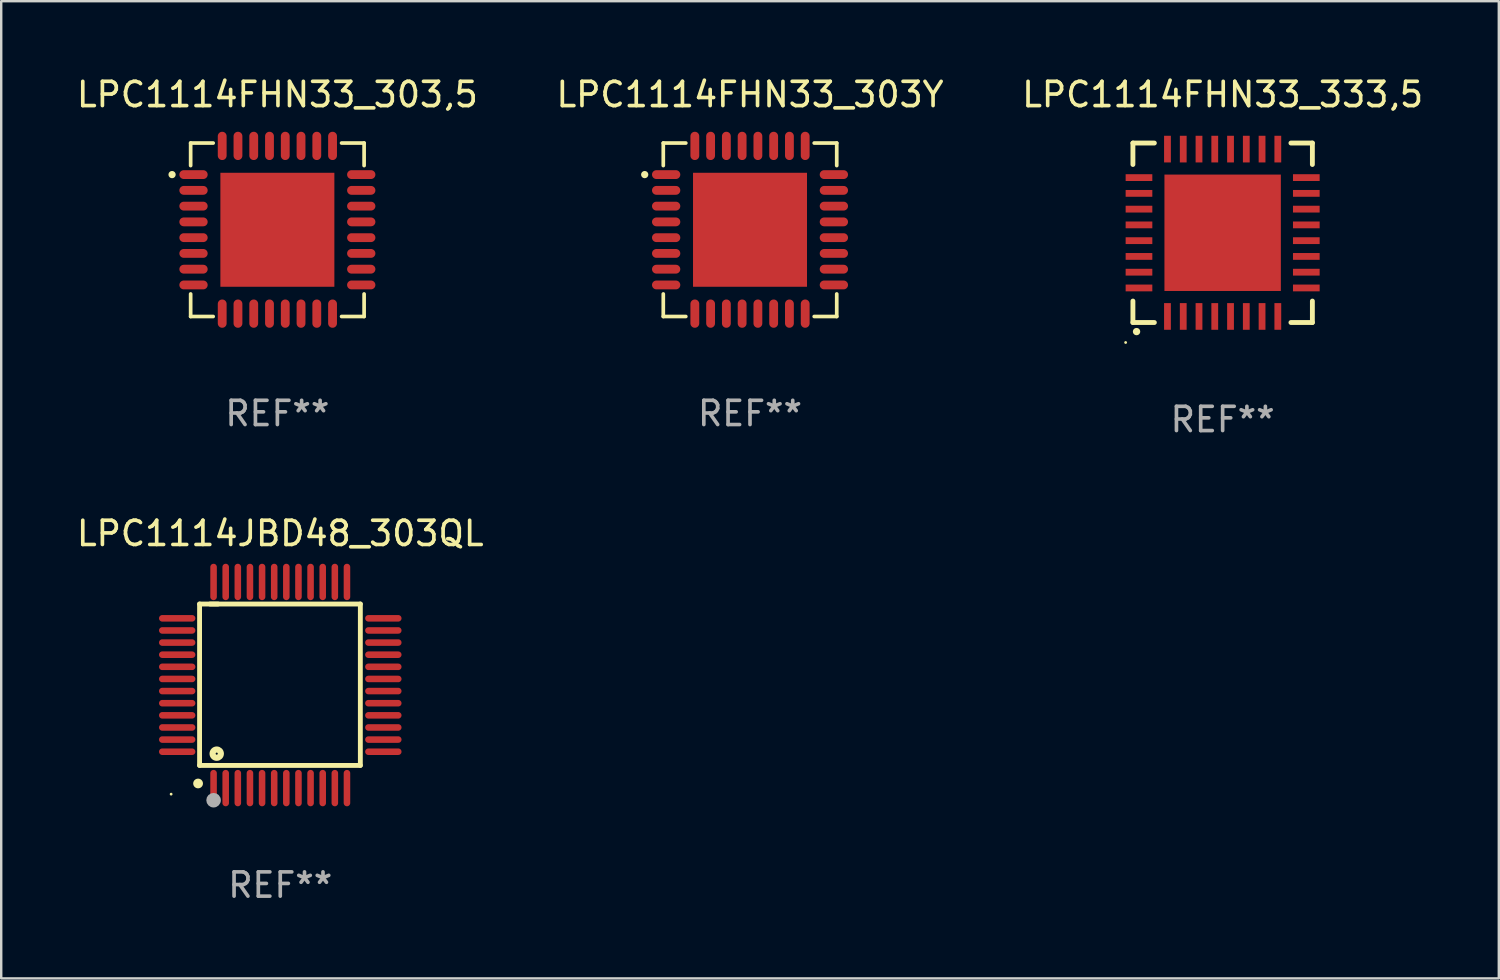
<source format=kicad_pcb>
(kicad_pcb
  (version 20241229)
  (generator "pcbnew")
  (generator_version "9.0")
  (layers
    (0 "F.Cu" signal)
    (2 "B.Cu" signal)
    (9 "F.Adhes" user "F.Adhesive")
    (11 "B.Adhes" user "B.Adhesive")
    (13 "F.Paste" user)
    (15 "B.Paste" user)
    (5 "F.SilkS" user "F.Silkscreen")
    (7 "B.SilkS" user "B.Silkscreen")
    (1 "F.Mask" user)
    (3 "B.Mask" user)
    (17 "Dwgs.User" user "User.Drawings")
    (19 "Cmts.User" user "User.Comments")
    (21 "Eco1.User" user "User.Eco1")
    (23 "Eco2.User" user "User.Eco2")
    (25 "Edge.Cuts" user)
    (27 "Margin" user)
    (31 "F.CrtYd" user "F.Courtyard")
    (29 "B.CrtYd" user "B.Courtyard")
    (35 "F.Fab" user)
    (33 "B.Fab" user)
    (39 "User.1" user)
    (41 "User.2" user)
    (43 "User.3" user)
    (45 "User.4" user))
  (footprint "LPC1114FHN33_333,5"
    (layer "F.Cu")
    (at 47.363 6.548)
    (property "Reference" "LPC1114FHN33_333,5" (at 0 -5.7 0) (layer "F.SilkS") (effects (font (size 1 1) (thickness 0.15))))
    (attr through_hole)
    (fp_line (start -3.7 -3.7) (end -2.815 -3.7) (stroke (width 0.2) (type solid)) (layer "F.SilkS"))
    (fp_line (start -3.7 -2.815) (end -3.7 -3.7) (stroke (width 0.2) (type solid)) (layer "F.SilkS"))
    (fp_line (start -3.7 3.7) (end -3.7 2.815) (stroke (width 0.2) (type solid)) (layer "F.SilkS"))
    (fp_line (start -2.815 3.7) (end -3.7 3.7) (stroke (width 0.2) (type solid)) (layer "F.SilkS"))
    (fp_line (start 2.815 3.7) (end 3.7 3.7) (stroke (width 0.2) (type solid)) (layer "F.SilkS"))
    (fp_line (start 3.7 -3.7) (end 2.815 -3.7) (stroke (width 0.2) (type solid)) (layer "F.SilkS"))
    (fp_line (start 3.7 -2.815) (end 3.7 -3.7) (stroke (width 0.2) (type solid)) (layer "F.SilkS"))
    (fp_line (start 3.7 3.7) (end 3.7 2.815) (stroke (width 0.2) (type solid)) (layer "F.SilkS"))
    (fp_arc (start -3.551308 4.074168) (mid -3.550038 4.074163) (end -3.548768 4.074168) (stroke (width 0.3) (type solid)) (layer "F.SilkS"))
    (fp_circle (center -4 4.524) (end -3.97 4.524) (stroke (width 0.06) (type solid)) (fill no) (layer "F.SilkS"))
    (fp_text user "REF**" (at 0 7.7 0) (layer "F.Fab") (effects (font (size 1 1) (thickness 0.15))))
    (pad "1" smd rect (at -2.275 3.45 180) (size 0.28 1.1) (layers "F.Cu" "F.Mask" "F.Paste"))
    (pad "2" smd rect (at -1.625 3.45 180) (size 0.28 1.1) (layers "F.Cu" "F.Mask" "F.Paste"))
    (pad "3" smd rect (at -0.975 3.45 180) (size 0.28 1.1) (layers "F.Cu" "F.Mask" "F.Paste"))
    (pad "4" smd rect (at -0.325 3.45 180) (size 0.28 1.1) (layers "F.Cu" "F.Mask" "F.Paste"))
    (pad "5" smd rect (at 0.325 3.45 180) (size 0.28 1.1) (layers "F.Cu" "F.Mask" "F.Paste"))
    (pad "6" smd rect (at 0.975 3.45 180) (size 0.28 1.1) (layers "F.Cu" "F.Mask" "F.Paste"))
    (pad "7" smd rect (at 1.625 3.45 180) (size 0.28 1.1) (layers "F.Cu" "F.Mask" "F.Paste"))
    (pad "8" smd rect (at 2.275 3.45 180) (size 0.28 1.1) (layers "F.Cu" "F.Mask" "F.Paste"))
    (pad "9" smd rect (at 3.45 2.275 90) (size 0.28 1.1) (layers "F.Cu" "F.Mask" "F.Paste"))
    (pad "10" smd rect (at 3.45 1.625 90) (size 0.28 1.1) (layers "F.Cu" "F.Mask" "F.Paste"))
    (pad "11" smd rect (at 3.45 0.975 90) (size 0.28 1.1) (layers "F.Cu" "F.Mask" "F.Paste"))
    (pad "12" smd rect (at 3.45 0.325 90) (size 0.28 1.1) (layers "F.Cu" "F.Mask" "F.Paste"))
    (pad "13" smd rect (at 3.45 -0.325 90) (size 0.28 1.1) (layers "F.Cu" "F.Mask" "F.Paste"))
    (pad "14" smd rect (at 3.45 -0.975 90) (size 0.28 1.1) (layers "F.Cu" "F.Mask" "F.Paste"))
    (pad "15" smd rect (at 3.45 -1.625 90) (size 0.28 1.1) (layers "F.Cu" "F.Mask" "F.Paste"))
    (pad "16" smd rect (at 3.45 -2.275 90) (size 0.28 1.1) (layers "F.Cu" "F.Mask" "F.Paste"))
    (pad "17" smd rect (at 2.275 -3.45 180) (size 0.28 1.1) (layers "F.Cu" "F.Mask" "F.Paste"))
    (pad "18" smd rect (at 1.625 -3.45 180) (size 0.28 1.1) (layers "F.Cu" "F.Mask" "F.Paste"))
    (pad "19" smd rect (at 0.975 -3.45 180) (size 0.28 1.1) (layers "F.Cu" "F.Mask" "F.Paste"))
    (pad "20" smd rect (at 0.325 -3.45 180) (size 0.28 1.1) (layers "F.Cu" "F.Mask" "F.Paste"))
    (pad "21" smd rect (at -0.325 -3.45 180) (size 0.28 1.1) (layers "F.Cu" "F.Mask" "F.Paste"))
    (pad "22" smd rect (at -0.975 -3.45 180) (size 0.28 1.1) (layers "F.Cu" "F.Mask" "F.Paste"))
    (pad "23" smd rect (at -1.625 -3.45 180) (size 0.28 1.1) (layers "F.Cu" "F.Mask" "F.Paste"))
    (pad "24" smd rect (at -2.275 -3.45 180) (size 0.28 1.1) (layers "F.Cu" "F.Mask" "F.Paste"))
    (pad "25" smd rect (at -3.45 -2.275 90) (size 0.28 1.1) (layers "F.Cu" "F.Mask" "F.Paste"))
    (pad "26" smd rect (at -3.45 -1.625 90) (size 0.28 1.1) (layers "F.Cu" "F.Mask" "F.Paste"))
    (pad "27" smd rect (at -3.45 -0.975 90) (size 0.28 1.1) (layers "F.Cu" "F.Mask" "F.Paste"))
    (pad "28" smd rect (at -3.45 -0.325 90) (size 0.28 1.1) (layers "F.Cu" "F.Mask" "F.Paste"))
    (pad "29" smd rect (at -3.45 0.325 90) (size 0.28 1.1) (layers "F.Cu" "F.Mask" "F.Paste"))
    (pad "30" smd rect (at -3.45 0.975 90) (size 0.28 1.1) (layers "F.Cu" "F.Mask" "F.Paste"))
    (pad "31" smd rect (at -3.45 1.625 90) (size 0.28 1.1) (layers "F.Cu" "F.Mask" "F.Paste"))
    (pad "32" smd rect (at -3.45 2.275 90) (size 0.28 1.1) (layers "F.Cu" "F.Mask" "F.Paste"))
    (pad "33" smd rect (at 0 0 90) (size 4.8 4.8) (layers "F.Cu" "F.Mask" "F.Paste")))
  (footprint "LPC1114JBD48_303QL"
    (layer "F.Cu")
    (at 8.506 25.195)
    (property "Reference" "LPC1114JBD48_303QL" (at 0 -6.25 0) (layer "F.SilkS") (effects (font (size 1 1) (thickness 0.15))))
    (attr through_hole)
    (fp_line (start -3.327 -3.34) (end -2.565 -3.34) (stroke (width 0.2) (type solid)) (layer "F.SilkS"))
    (fp_line (start -3.327 3.315) (end -3.327 -3.34) (stroke (width 0.2) (type solid)) (layer "F.SilkS"))
    (fp_line (start -2.896 -3.34) (end 3.302 -3.34) (stroke (width 0.2) (type solid)) (layer "F.SilkS"))
    (fp_line (start 3.302 -3.34) (end 3.302 3.315) (stroke (width 0.2) (type solid)) (layer "F.SilkS"))
    (fp_line (start 3.302 3.315) (end -3.327 3.315) (stroke (width 0.2) (type solid)) (layer "F.SilkS"))
    (fp_arc (start -3.389992 4.059995) (mid -3.388722 4.059991) (end -3.387452 4.059995) (stroke (width 0.4) (type solid)) (layer "F.SilkS"))
    (fp_circle (center -4.5 4.5) (end -4.47 4.5) (stroke (width 0.06) (type solid)) (fill no) (layer "F.SilkS"))
    (fp_circle (center -2.62 2.83) (end -2.45 2.83) (stroke (width 0.254) (type solid)) (fill no) (layer "F.SilkS"))
    (fp_circle (center -2.75 4.75) (end -2.6 4.75) (stroke (width 0.3) (type solid)) (fill no) (layer "F.Fab"))
    (fp_text user "REF**" (at 0 8.25 0) (layer "F.Fab") (effects (font (size 1 1) (thickness 0.15))))
    (pad "1" smd oval (at -2.75 4.25) (size 0.27 1.5) (layers "F.Cu" "F.Mask" "F.Paste"))
    (pad "2" smd oval (at -2.25 4.25) (size 0.27 1.5) (layers "F.Cu" "F.Mask" "F.Paste"))
    (pad "3" smd oval (at -1.75 4.25) (size 0.27 1.5) (layers "F.Cu" "F.Mask" "F.Paste"))
    (pad "4" smd oval (at -1.25 4.25) (size 0.27 1.5) (layers "F.Cu" "F.Mask" "F.Paste"))
    (pad "5" smd oval (at -0.75 4.25) (size 0.27 1.5) (layers "F.Cu" "F.Mask" "F.Paste"))
    (pad "6" smd oval (at -0.25 4.25) (size 0.27 1.5) (layers "F.Cu" "F.Mask" "F.Paste"))
    (pad "7" smd oval (at 0.25 4.25) (size 0.27 1.5) (layers "F.Cu" "F.Mask" "F.Paste"))
    (pad "8" smd oval (at 0.75 4.25) (size 0.27 1.5) (layers "F.Cu" "F.Mask" "F.Paste"))
    (pad "9" smd oval (at 1.25 4.25) (size 0.27 1.5) (layers "F.Cu" "F.Mask" "F.Paste"))
    (pad "10" smd oval (at 1.75 4.25) (size 0.27 1.5) (layers "F.Cu" "F.Mask" "F.Paste"))
    (pad "11" smd oval (at 2.25 4.25) (size 0.27 1.5) (layers "F.Cu" "F.Mask" "F.Paste"))
    (pad "12" smd oval (at 2.75 4.25) (size 0.27 1.5) (layers "F.Cu" "F.Mask" "F.Paste"))
    (pad "13" smd oval (at 4.25 2.75) (size 1.5 0.27) (layers "F.Cu" "F.Mask" "F.Paste"))
    (pad "14" smd oval (at 4.25 2.25) (size 1.5 0.27) (layers "F.Cu" "F.Mask" "F.Paste"))
    (pad "15" smd oval (at 4.25 1.75) (size 1.5 0.27) (layers "F.Cu" "F.Mask" "F.Paste"))
    (pad "16" smd oval (at 4.25 1.25) (size 1.5 0.27) (layers "F.Cu" "F.Mask" "F.Paste"))
    (pad "17" smd oval (at 4.25 0.75) (size 1.5 0.27) (layers "F.Cu" "F.Mask" "F.Paste"))
    (pad "18" smd oval (at 4.25 0.25) (size 1.5 0.27) (layers "F.Cu" "F.Mask" "F.Paste"))
    (pad "19" smd oval (at 4.25 -0.25) (size 1.5 0.27) (layers "F.Cu" "F.Mask" "F.Paste"))
    (pad "20" smd oval (at 4.25 -0.75) (size 1.5 0.27) (layers "F.Cu" "F.Mask" "F.Paste"))
    (pad "21" smd oval (at 4.25 -1.25) (size 1.5 0.27) (layers "F.Cu" "F.Mask" "F.Paste"))
    (pad "22" smd oval (at 4.25 -1.75) (size 1.5 0.27) (layers "F.Cu" "F.Mask" "F.Paste"))
    (pad "23" smd oval (at 4.25 -2.25) (size 1.5 0.27) (layers "F.Cu" "F.Mask" "F.Paste"))
    (pad "24" smd oval (at 4.25 -2.75) (size 1.5 0.27) (layers "F.Cu" "F.Mask" "F.Paste"))
    (pad "25" smd oval (at 2.75 -4.25) (size 0.27 1.5) (layers "F.Cu" "F.Mask" "F.Paste"))
    (pad "26" smd oval (at 2.25 -4.25) (size 0.27 1.5) (layers "F.Cu" "F.Mask" "F.Paste"))
    (pad "27" smd oval (at 1.75 -4.25) (size 0.27 1.5) (layers "F.Cu" "F.Mask" "F.Paste"))
    (pad "28" smd oval (at 1.25 -4.25) (size 0.27 1.5) (layers "F.Cu" "F.Mask" "F.Paste"))
    (pad "29" smd oval (at 0.75 -4.25) (size 0.27 1.5) (layers "F.Cu" "F.Mask" "F.Paste"))
    (pad "30" smd oval (at 0.25 -4.25) (size 0.27 1.5) (layers "F.Cu" "F.Mask" "F.Paste"))
    (pad "31" smd oval (at -0.25 -4.25) (size 0.27 1.5) (layers "F.Cu" "F.Mask" "F.Paste"))
    (pad "32" smd oval (at -0.75 -4.25) (size 0.27 1.5) (layers "F.Cu" "F.Mask" "F.Paste"))
    (pad "33" smd oval (at -1.25 -4.25) (size 0.27 1.5) (layers "F.Cu" "F.Mask" "F.Paste"))
    (pad "34" smd oval (at -1.75 -4.25) (size 0.27 1.5) (layers "F.Cu" "F.Mask" "F.Paste"))
    (pad "35" smd oval (at -2.25 -4.25) (size 0.27 1.5) (layers "F.Cu" "F.Mask" "F.Paste"))
    (pad "36" smd oval (at -2.75 -4.25) (size 0.27 1.5) (layers "F.Cu" "F.Mask" "F.Paste"))
    (pad "37" smd oval (at -4.25 -2.75) (size 1.5 0.27) (layers "F.Cu" "F.Mask" "F.Paste"))
    (pad "38" smd oval (at -4.25 -2.25) (size 1.5 0.27) (layers "F.Cu" "F.Mask" "F.Paste"))
    (pad "39" smd oval (at -4.25 -1.75) (size 1.5 0.27) (layers "F.Cu" "F.Mask" "F.Paste"))
    (pad "40" smd oval (at -4.25 -1.25) (size 1.5 0.27) (layers "F.Cu" "F.Mask" "F.Paste"))
    (pad "41" smd oval (at -4.25 -0.75) (size 1.5 0.27) (layers "F.Cu" "F.Mask" "F.Paste"))
    (pad "42" smd oval (at -4.25 -0.25) (size 1.5 0.27) (layers "F.Cu" "F.Mask" "F.Paste"))
    (pad "43" smd oval (at -4.25 0.25) (size 1.5 0.27) (layers "F.Cu" "F.Mask" "F.Paste"))
    (pad "44" smd oval (at -4.25 0.75) (size 1.5 0.27) (layers "F.Cu" "F.Mask" "F.Paste"))
    (pad "45" smd oval (at -4.25 1.25) (size 1.5 0.27) (layers "F.Cu" "F.Mask" "F.Paste"))
    (pad "46" smd oval (at -4.25 1.75) (size 1.5 0.27) (layers "F.Cu" "F.Mask" "F.Paste"))
    (pad "47" smd oval (at -4.25 2.25) (size 1.5 0.27) (layers "F.Cu" "F.Mask" "F.Paste"))
    (pad "48" smd oval (at -4.25 2.75) (size 1.5 0.27) (layers "F.Cu" "F.Mask" "F.Paste")))
  (footprint "LPC1114FHN33_303Y"
    (layer "F.Cu")
    (at 27.875 6.424)
    (property "Reference" "LPC1114FHN33_303Y" (at 0 -5.576 0) (layer "F.SilkS") (effects (font (size 1 1) (thickness 0.15))))
    (attr through_hole)
    (fp_line (start -3.576 -3.576) (end -3.576 -2.647) (stroke (width 0.152) (type solid)) (layer "F.SilkS"))
    (fp_line (start -3.576 3.576) (end -3.576 2.647) (stroke (width 0.152) (type solid)) (layer "F.SilkS"))
    (fp_line (start -2.647 -3.576) (end -3.576 -3.576) (stroke (width 0.152) (type solid)) (layer "F.SilkS"))
    (fp_line (start -2.647 3.576) (end -3.576 3.576) (stroke (width 0.152) (type solid)) (layer "F.SilkS"))
    (fp_line (start 2.647 -3.576) (end 3.576 -3.576) (stroke (width 0.152) (type solid)) (layer "F.SilkS"))
    (fp_line (start 2.647 3.576) (end 3.576 3.576) (stroke (width 0.152) (type solid)) (layer "F.SilkS"))
    (fp_line (start 3.576 -3.576) (end 3.576 -2.647) (stroke (width 0.152) (type solid)) (layer "F.SilkS"))
    (fp_line (start 3.576 3.576) (end 3.576 2.647) (stroke (width 0.152) (type solid)) (layer "F.SilkS"))
    (fp_circle (center -4.342 -2.275) (end -4.267 -2.275) (stroke (width 0.15) (type solid)) (fill no) (layer "F.SilkS"))
    (fp_text user "REF**" (at 0 7.576 0) (layer "F.Fab") (effects (font (size 1 1) (thickness 0.15))))
    (pad "1" smd oval (at -3.458 -2.275 270) (size 0.364 1.167) (layers "F.Cu" "F.Mask" "F.Paste"))
    (pad "2" smd oval (at -3.458 -1.625 270) (size 0.364 1.167) (layers "F.Cu" "F.Mask" "F.Paste"))
    (pad "3" smd oval (at -3.458 -0.975 270) (size 0.364 1.167) (layers "F.Cu" "F.Mask" "F.Paste"))
    (pad "4" smd oval (at -3.458 -0.325 270) (size 0.364 1.167) (layers "F.Cu" "F.Mask" "F.Paste"))
    (pad "5" smd oval (at -3.458 0.325 270) (size 0.364 1.167) (layers "F.Cu" "F.Mask" "F.Paste"))
    (pad "6" smd oval (at -3.458 0.975 270) (size 0.364 1.167) (layers "F.Cu" "F.Mask" "F.Paste"))
    (pad "7" smd oval (at -3.458 1.625 270) (size 0.364 1.167) (layers "F.Cu" "F.Mask" "F.Paste"))
    (pad "8" smd oval (at -3.458 2.275 270) (size 0.364 1.167) (layers "F.Cu" "F.Mask" "F.Paste"))
    (pad "9" smd oval (at -2.275 3.458 270) (size 1.167 0.364) (layers "F.Cu" "F.Mask" "F.Paste"))
    (pad "10" smd oval (at -1.625 3.458 270) (size 1.167 0.364) (layers "F.Cu" "F.Mask" "F.Paste"))
    (pad "11" smd oval (at -0.975 3.458 270) (size 1.167 0.364) (layers "F.Cu" "F.Mask" "F.Paste"))
    (pad "12" smd oval (at -0.325 3.458 270) (size 1.167 0.364) (layers "F.Cu" "F.Mask" "F.Paste"))
    (pad "13" smd oval (at 0.325 3.458 270) (size 1.167 0.364) (layers "F.Cu" "F.Mask" "F.Paste"))
    (pad "14" smd oval (at 0.975 3.458 270) (size 1.167 0.364) (layers "F.Cu" "F.Mask" "F.Paste"))
    (pad "15" smd oval (at 1.625 3.458 270) (size 1.167 0.364) (layers "F.Cu" "F.Mask" "F.Paste"))
    (pad "16" smd oval (at 2.275 3.458 270) (size 1.167 0.364) (layers "F.Cu" "F.Mask" "F.Paste"))
    (pad "17" smd oval (at 3.458 2.275 270) (size 0.364 1.167) (layers "F.Cu" "F.Mask" "F.Paste"))
    (pad "18" smd oval (at 3.458 1.625 270) (size 0.364 1.167) (layers "F.Cu" "F.Mask" "F.Paste"))
    (pad "19" smd oval (at 3.458 0.975 270) (size 0.364 1.167) (layers "F.Cu" "F.Mask" "F.Paste"))
    (pad "20" smd oval (at 3.458 0.325 270) (size 0.364 1.167) (layers "F.Cu" "F.Mask" "F.Paste"))
    (pad "21" smd oval (at 3.458 -0.325 270) (size 0.364 1.167) (layers "F.Cu" "F.Mask" "F.Paste"))
    (pad "22" smd oval (at 3.458 -0.975 270) (size 0.364 1.167) (layers "F.Cu" "F.Mask" "F.Paste"))
    (pad "23" smd oval (at 3.458 -1.625 270) (size 0.364 1.167) (layers "F.Cu" "F.Mask" "F.Paste"))
    (pad "24" smd oval (at 3.458 -2.275 270) (size 0.364 1.167) (layers "F.Cu" "F.Mask" "F.Paste"))
    (pad "25" smd oval (at 2.275 -3.458 270) (size 1.167 0.364) (layers "F.Cu" "F.Mask" "F.Paste"))
    (pad "26" smd oval (at 1.625 -3.458 270) (size 1.167 0.364) (layers "F.Cu" "F.Mask" "F.Paste"))
    (pad "27" smd oval (at 0.975 -3.458 270) (size 1.167 0.364) (layers "F.Cu" "F.Mask" "F.Paste"))
    (pad "28" smd oval (at 0.325 -3.458 270) (size 1.167 0.364) (layers "F.Cu" "F.Mask" "F.Paste"))
    (pad "29" smd oval (at -0.325 -3.458 270) (size 1.167 0.364) (layers "F.Cu" "F.Mask" "F.Paste"))
    (pad "30" smd oval (at -0.975 -3.458 270) (size 1.167 0.364) (layers "F.Cu" "F.Mask" "F.Paste"))
    (pad "31" smd oval (at -1.625 -3.458 270) (size 1.167 0.364) (layers "F.Cu" "F.Mask" "F.Paste"))
    (pad "32" smd oval (at -2.275 -3.458 270) (size 1.167 0.364) (layers "F.Cu" "F.Mask" "F.Paste"))
    (pad "33" smd rect (at 0 0 270) (size 4.7 4.7) (layers "F.Cu" "F.Mask" "F.Paste")))
  (footprint "LPC1114FHN33_303,5"
    (layer "F.Cu")
    (at 8.387 6.424)
    (property "Reference" "LPC1114FHN33_303,5" (at 0 -5.576 0) (layer "F.SilkS") (effects (font (size 1 1) (thickness 0.15))))
    (attr through_hole)
    (fp_line (start -3.576 -3.576) (end -3.576 -2.647) (stroke (width 0.152) (type solid)) (layer "F.SilkS"))
    (fp_line (start -3.576 3.576) (end -3.576 2.647) (stroke (width 0.152) (type solid)) (layer "F.SilkS"))
    (fp_line (start -2.647 -3.576) (end -3.576 -3.576) (stroke (width 0.152) (type solid)) (layer "F.SilkS"))
    (fp_line (start -2.647 3.576) (end -3.576 3.576) (stroke (width 0.152) (type solid)) (layer "F.SilkS"))
    (fp_line (start 2.647 -3.576) (end 3.576 -3.576) (stroke (width 0.152) (type solid)) (layer "F.SilkS"))
    (fp_line (start 2.647 3.576) (end 3.576 3.576) (stroke (width 0.152) (type solid)) (layer "F.SilkS"))
    (fp_line (start 3.576 -3.576) (end 3.576 -2.647) (stroke (width 0.152) (type solid)) (layer "F.SilkS"))
    (fp_line (start 3.576 3.576) (end 3.576 2.647) (stroke (width 0.152) (type solid)) (layer "F.SilkS"))
    (fp_circle (center -4.342 -2.275) (end -4.267 -2.275) (stroke (width 0.15) (type solid)) (fill no) (layer "F.SilkS"))
    (fp_text user "REF**" (at 0 7.576 0) (layer "F.Fab") (effects (font (size 1 1) (thickness 0.15))))
    (pad "1" smd oval (at -3.458 -2.275 270) (size 0.364 1.167) (layers "F.Cu" "F.Mask" "F.Paste"))
    (pad "2" smd oval (at -3.458 -1.625 270) (size 0.364 1.167) (layers "F.Cu" "F.Mask" "F.Paste"))
    (pad "3" smd oval (at -3.458 -0.975 270) (size 0.364 1.167) (layers "F.Cu" "F.Mask" "F.Paste"))
    (pad "4" smd oval (at -3.458 -0.325 270) (size 0.364 1.167) (layers "F.Cu" "F.Mask" "F.Paste"))
    (pad "5" smd oval (at -3.458 0.325 270) (size 0.364 1.167) (layers "F.Cu" "F.Mask" "F.Paste"))
    (pad "6" smd oval (at -3.458 0.975 270) (size 0.364 1.167) (layers "F.Cu" "F.Mask" "F.Paste"))
    (pad "7" smd oval (at -3.458 1.625 270) (size 0.364 1.167) (layers "F.Cu" "F.Mask" "F.Paste"))
    (pad "8" smd oval (at -3.458 2.275 270) (size 0.364 1.167) (layers "F.Cu" "F.Mask" "F.Paste"))
    (pad "9" smd oval (at -2.275 3.458 270) (size 1.167 0.364) (layers "F.Cu" "F.Mask" "F.Paste"))
    (pad "10" smd oval (at -1.625 3.458 270) (size 1.167 0.364) (layers "F.Cu" "F.Mask" "F.Paste"))
    (pad "11" smd oval (at -0.975 3.458 270) (size 1.167 0.364) (layers "F.Cu" "F.Mask" "F.Paste"))
    (pad "12" smd oval (at -0.325 3.458 270) (size 1.167 0.364) (layers "F.Cu" "F.Mask" "F.Paste"))
    (pad "13" smd oval (at 0.325 3.458 270) (size 1.167 0.364) (layers "F.Cu" "F.Mask" "F.Paste"))
    (pad "14" smd oval (at 0.975 3.458 270) (size 1.167 0.364) (layers "F.Cu" "F.Mask" "F.Paste"))
    (pad "15" smd oval (at 1.625 3.458 270) (size 1.167 0.364) (layers "F.Cu" "F.Mask" "F.Paste"))
    (pad "16" smd oval (at 2.275 3.458 270) (size 1.167 0.364) (layers "F.Cu" "F.Mask" "F.Paste"))
    (pad "17" smd oval (at 3.458 2.275 270) (size 0.364 1.167) (layers "F.Cu" "F.Mask" "F.Paste"))
    (pad "18" smd oval (at 3.458 1.625 270) (size 0.364 1.167) (layers "F.Cu" "F.Mask" "F.Paste"))
    (pad "19" smd oval (at 3.458 0.975 270) (size 0.364 1.167) (layers "F.Cu" "F.Mask" "F.Paste"))
    (pad "20" smd oval (at 3.458 0.325 270) (size 0.364 1.167) (layers "F.Cu" "F.Mask" "F.Paste"))
    (pad "21" smd oval (at 3.458 -0.325 270) (size 0.364 1.167) (layers "F.Cu" "F.Mask" "F.Paste"))
    (pad "22" smd oval (at 3.458 -0.975 270) (size 0.364 1.167) (layers "F.Cu" "F.Mask" "F.Paste"))
    (pad "23" smd oval (at 3.458 -1.625 270) (size 0.364 1.167) (layers "F.Cu" "F.Mask" "F.Paste"))
    (pad "24" smd oval (at 3.458 -2.275 270) (size 0.364 1.167) (layers "F.Cu" "F.Mask" "F.Paste"))
    (pad "25" smd oval (at 2.275 -3.458 270) (size 1.167 0.364) (layers "F.Cu" "F.Mask" "F.Paste"))
    (pad "26" smd oval (at 1.625 -3.458 270) (size 1.167 0.364) (layers "F.Cu" "F.Mask" "F.Paste"))
    (pad "27" smd oval (at 0.975 -3.458 270) (size 1.167 0.364) (layers "F.Cu" "F.Mask" "F.Paste"))
    (pad "28" smd oval (at 0.325 -3.458 270) (size 1.167 0.364) (layers "F.Cu" "F.Mask" "F.Paste"))
    (pad "29" smd oval (at -0.325 -3.458 270) (size 1.167 0.364) (layers "F.Cu" "F.Mask" "F.Paste"))
    (pad "30" smd oval (at -0.975 -3.458 270) (size 1.167 0.364) (layers "F.Cu" "F.Mask" "F.Paste"))
    (pad "31" smd oval (at -1.625 -3.458 270) (size 1.167 0.364) (layers "F.Cu" "F.Mask" "F.Paste"))
    (pad "32" smd oval (at -2.275 -3.458 270) (size 1.167 0.364) (layers "F.Cu" "F.Mask" "F.Paste"))
    (pad "33" smd rect (at 0 0 270) (size 4.7 4.7) (layers "F.Cu" "F.Mask" "F.Paste")))
  (gr_rect
    (start -3 -3)
    (end 58.75 37.293)
    (stroke (width 0.1) (type default))
    (fill no)
    (layer "Edge.Cuts")))
</source>
